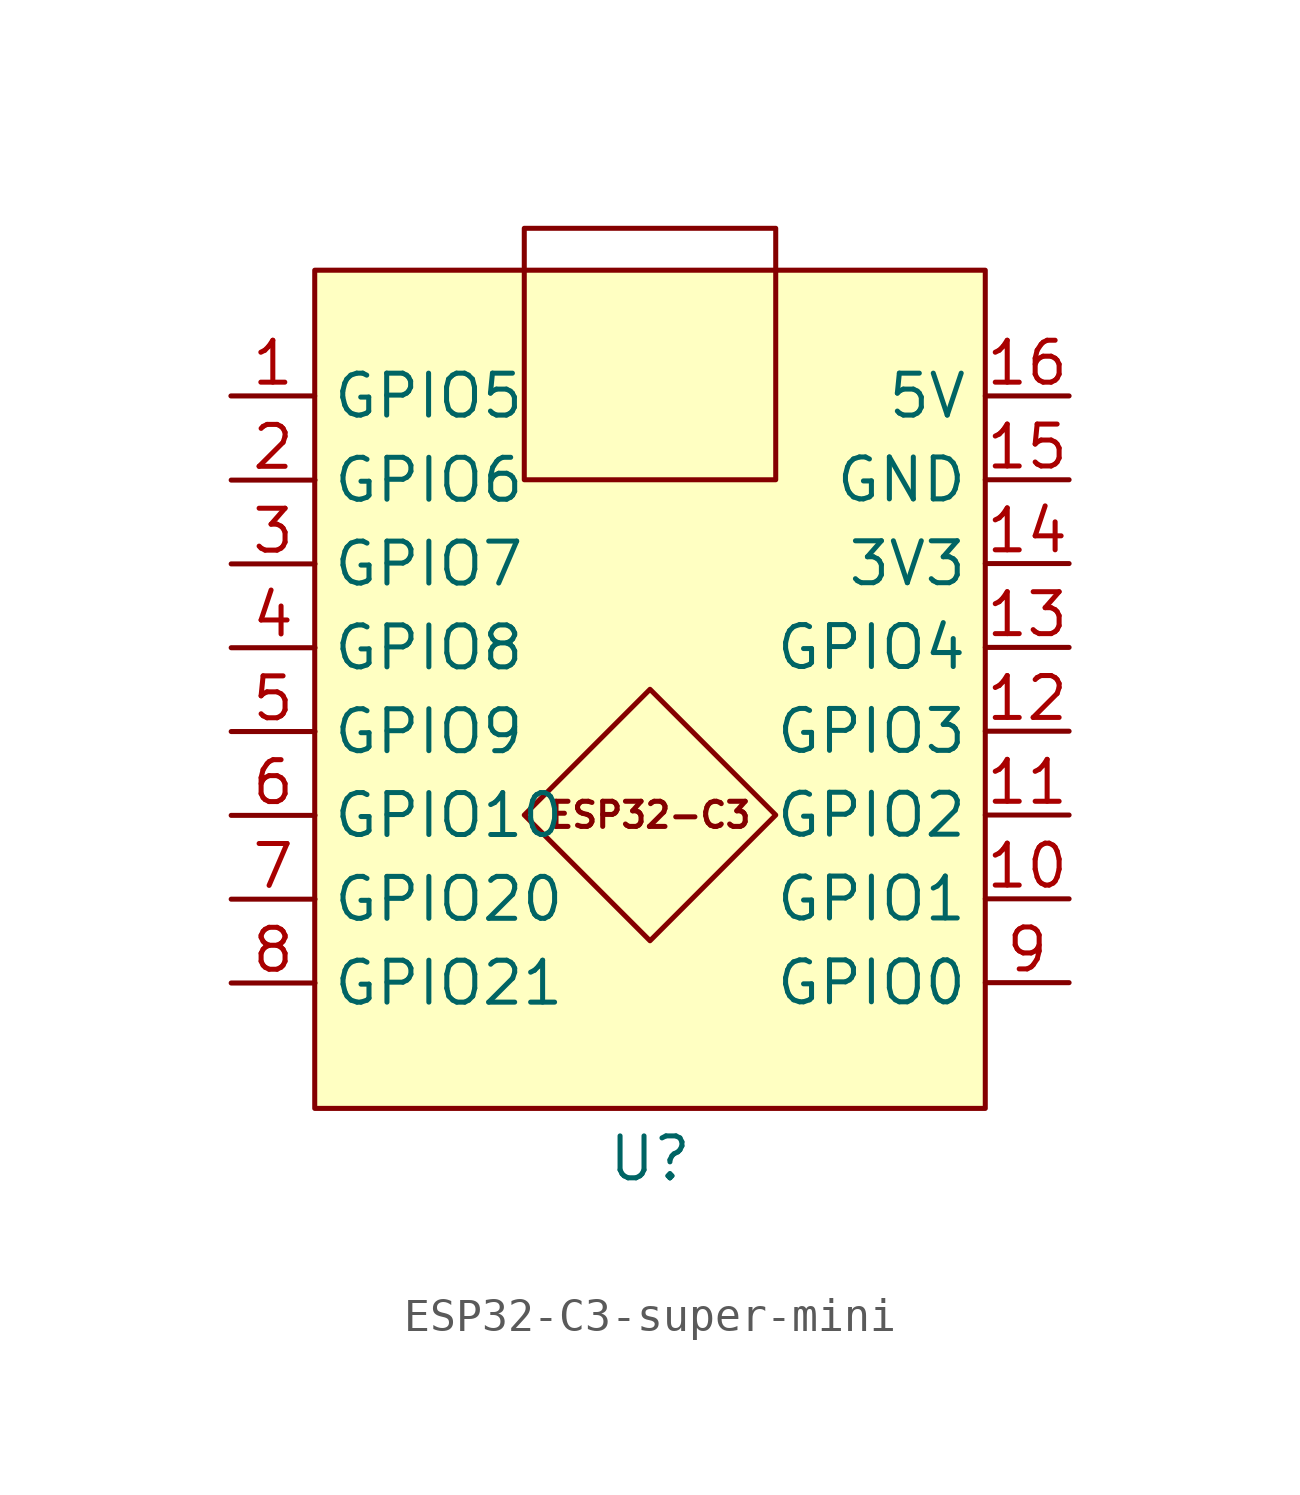
<source format=kicad_sym>
(kicad_symbol_lib
  (version 20231120)
  (generator "kicad_symbol_editor")
  (generator_version "8.0")
  (symbol "ESP32-C3-super-mini"
    (property "Reference" "U"
      (at 0 -14.224 0)
      (effects (font (size 1.27 1.27))))
    (property "Value" ""
      (at 0 0 0)
      (effects (font (size 1.27 1.27))))
    (symbol "ESP32-C3-super-mini_1_1"
      (rectangle (start -10.16 12.7) (end 10.16 -12.7) (stroke (width 0) (type default)) (fill (type background)))
      (rectangle (start -3.81 13.97) (end 3.81 6.35) (stroke (width 0) (type default)) (fill (type none)))
      (polyline (pts (xy 0 0) (xy -3.81 -3.81) (xy 0 -7.62) (xy 3.81 -3.81) (xy 0 0)) (stroke (width 0) (type default)) (fill (type none)))
      (text "ESP32-C3" (at 0 -3.81 0) (effects (font (size 0.762 0.762))))
      (pin bidirectional line (at -12.7 8.89 0) (length 2.54) (name "GPIO5" (effects (font (size 1.27 1.27)))) (number "1" (effects (font (size 1.27 1.27)))))
      (pin bidirectional line (at 12.7 -6.35 180) (length 2.54) (name "GPIO1" (effects (font (size 1.27 1.27)))) (number "10" (effects (font (size 1.27 1.27)))))
      (pin bidirectional line (at 12.7 -3.81 180) (length 2.54) (name "GPIO2" (effects (font (size 1.27 1.27)))) (number "11" (effects (font (size 1.27 1.27)))))
      (pin bidirectional line (at 12.7 -1.27 180) (length 2.54) (name "GPIO3" (effects (font (size 1.27 1.27)))) (number "12" (effects (font (size 1.27 1.27)))))
      (pin bidirectional line (at 12.7 1.27 180) (length 2.54) (name "GPIO4" (effects (font (size 1.27 1.27)))) (number "13" (effects (font (size 1.27 1.27)))))
      (pin bidirectional line (at 12.7 3.81 180) (length 2.54) (name "3V3" (effects (font (size 1.27 1.27)))) (number "14" (effects (font (size 1.27 1.27)))))
      (pin power_in line (at 12.7 6.35 180) (length 2.54) (name "GND" (effects (font (size 1.27 1.27)))) (number "15" (effects (font (size 1.27 1.27)))))
      (pin power_in line (at 12.7 8.89 180) (length 2.54) (name "5V" (effects (font (size 1.27 1.27)))) (number "16" (effects (font (size 1.27 1.27)))))
      (pin bidirectional line (at -12.692 6.34 0) (length 2.54) (name "GPIO6" (effects (font (size 1.27 1.27)))) (number "2" (effects (font (size 1.27 1.27)))))
      (pin bidirectional line (at -12.692 3.8 0) (length 2.54) (name "GPIO7" (effects (font (size 1.27 1.27)))) (number "3" (effects (font (size 1.27 1.27)))))
      (pin bidirectional line (at -12.692 1.26 0) (length 2.54) (name "GPIO8" (effects (font (size 1.27 1.27)))) (number "4" (effects (font (size 1.27 1.27)))))
      (pin bidirectional line (at -12.692 -1.28 0) (length 2.54) (name "GPIO9" (effects (font (size 1.27 1.27)))) (number "5" (effects (font (size 1.27 1.27)))))
      (pin bidirectional line (at -12.692 -3.82 0) (length 2.54) (name "GPIO10" (effects (font (size 1.27 1.27)))) (number "6" (effects (font (size 1.27 1.27)))))
      (pin bidirectional line (at -12.692 -6.36 0) (length 2.54) (name "GPIO20" (effects (font (size 1.27 1.27)))) (number "7" (effects (font (size 1.27 1.27)))))
      (pin bidirectional line (at -12.692 -8.9 0) (length 2.54) (name "GPIO21" (effects (font (size 1.27 1.27)))) (number "8" (effects (font (size 1.27 1.27)))))
      (pin bidirectional line (at 12.7 -8.89 180) (length 2.54) (name "GPIO0" (effects (font (size 1.27 1.27)))) (number "9" (effects (font (size 1.27 1.27))))))))
</source>
